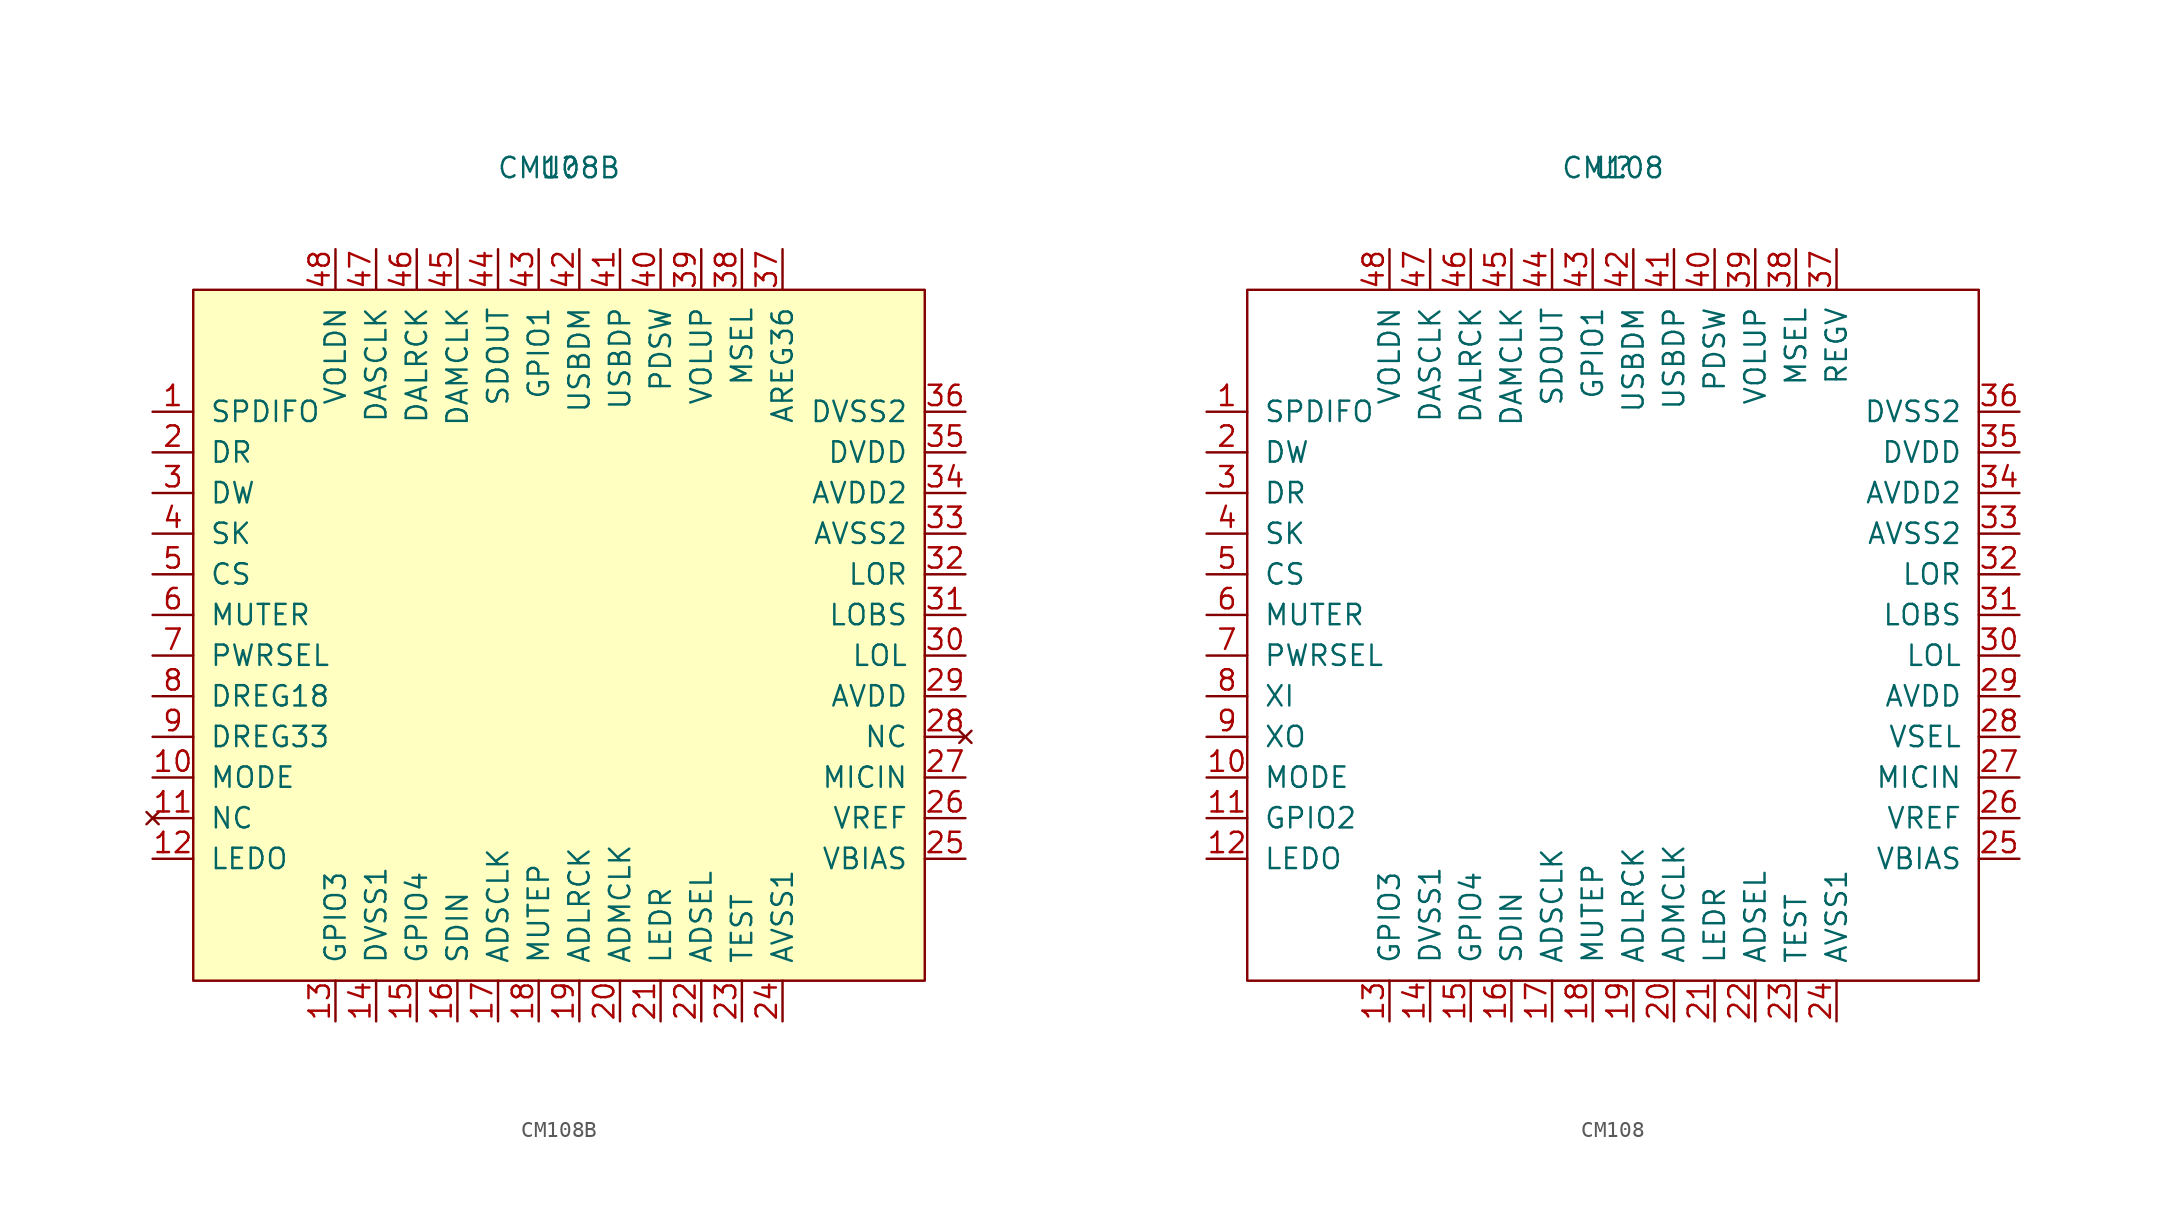
<source format=kicad_sym>
(kicad_symbol_lib
  (version 20210619)
  (generator kicad_symbol_editor)
  (symbol "m0vfc:CM108B"
    (pin_names
      (offset 1.016))
    (property "Reference" "U"
      (at 0 0 0)
      (effects (font (size 1.27 1.27))))
    (property "Value" "CM108B"
      (at 0 0 0)
      (effects (font (size 1.27 1.27))))
    (symbol "CM108B_0_1"
      (rectangle (start -22.86 -7.62) (end 22.86 -50.8) (stroke (width 0)) (fill (type background))))
    (symbol "CM108B_1_1"
      (pin output line (at -25.4 -15.24 0) (length 2.54) (name "SPDIFO" (effects (font (size 1.27 1.27)))) (number "1" (effects (font (size 1.27 1.27)))))
      (pin input line (at -25.4 -38.1 0) (length 2.54) (name "MODE" (effects (font (size 1.27 1.27)))) (number "10" (effects (font (size 1.27 1.27)))))
      (pin no_connect line (at -25.4 -40.64 0) (length 2.54) (name "NC" (effects (font (size 1.27 1.27)))) (number "11" (effects (font (size 1.27 1.27)))))
      (pin output line (at -25.4 -43.18 0) (length 2.54) (name "LEDO" (effects (font (size 1.27 1.27)))) (number "12" (effects (font (size 1.27 1.27)))))
      (pin bidirectional line (at -13.97 -53.34 90) (length 2.54) (name "GPIO3" (effects (font (size 1.27 1.27)))) (number "13" (effects (font (size 1.27 1.27)))))
      (pin power_in line (at -11.43 -53.34 90) (length 2.54) (name "DVSS1" (effects (font (size 1.27 1.27)))) (number "14" (effects (font (size 1.27 1.27)))))
      (pin bidirectional line (at -8.89 -53.34 90) (length 2.54) (name "GPIO4" (effects (font (size 1.27 1.27)))) (number "15" (effects (font (size 1.27 1.27)))))
      (pin input line (at -6.35 -53.34 90) (length 2.54) (name "SDIN" (effects (font (size 1.27 1.27)))) (number "16" (effects (font (size 1.27 1.27)))))
      (pin output line (at -3.81 -53.34 90) (length 2.54) (name "ADSCLK" (effects (font (size 1.27 1.27)))) (number "17" (effects (font (size 1.27 1.27)))))
      (pin input line (at -1.27 -53.34 90) (length 2.54) (name "MUTEP" (effects (font (size 1.27 1.27)))) (number "18" (effects (font (size 1.27 1.27)))))
      (pin output line (at 1.27 -53.34 90) (length 2.54) (name "ADLRCK" (effects (font (size 1.27 1.27)))) (number "19" (effects (font (size 1.27 1.27)))))
      (pin bidirectional line (at -25.4 -17.78 0) (length 2.54) (name "DR" (effects (font (size 1.27 1.27)))) (number "2" (effects (font (size 1.27 1.27)))))
      (pin output line (at 3.81 -53.34 90) (length 2.54) (name "ADMCLK" (effects (font (size 1.27 1.27)))) (number "20" (effects (font (size 1.27 1.27)))))
      (pin output line (at 6.35 -53.34 90) (length 2.54) (name "LEDR" (effects (font (size 1.27 1.27)))) (number "21" (effects (font (size 1.27 1.27)))))
      (pin input line (at 8.89 -53.34 90) (length 2.54) (name "ADSEL" (effects (font (size 1.27 1.27)))) (number "22" (effects (font (size 1.27 1.27)))))
      (pin input line (at 11.43 -53.34 90) (length 2.54) (name "TEST" (effects (font (size 1.27 1.27)))) (number "23" (effects (font (size 1.27 1.27)))))
      (pin power_in line (at 13.97 -53.34 90) (length 2.54) (name "AVSS1" (effects (font (size 1.27 1.27)))) (number "24" (effects (font (size 1.27 1.27)))))
      (pin output line (at 25.4 -43.18 180) (length 2.54) (name "VBIAS" (effects (font (size 1.27 1.27)))) (number "25" (effects (font (size 1.27 1.27)))))
      (pin output line (at 25.4 -40.64 180) (length 2.54) (name "VREF" (effects (font (size 1.27 1.27)))) (number "26" (effects (font (size 1.27 1.27)))))
      (pin input line (at 25.4 -38.1 180) (length 2.54) (name "MICIN" (effects (font (size 1.27 1.27)))) (number "27" (effects (font (size 1.27 1.27)))))
      (pin no_connect line (at 25.4 -35.56 180) (length 2.54) (name "NC" (effects (font (size 1.27 1.27)))) (number "28" (effects (font (size 1.27 1.27)))))
      (pin power_in line (at 25.4 -33.02 180) (length 2.54) (name "AVDD" (effects (font (size 1.27 1.27)))) (number "29" (effects (font (size 1.27 1.27)))))
      (pin input line (at -25.4 -20.32 0) (length 2.54) (name "DW" (effects (font (size 1.27 1.27)))) (number "3" (effects (font (size 1.27 1.27)))))
      (pin output line (at 25.4 -30.48 180) (length 2.54) (name "LOL" (effects (font (size 1.27 1.27)))) (number "30" (effects (font (size 1.27 1.27)))))
      (pin output line (at 25.4 -27.94 180) (length 2.54) (name "LOBS" (effects (font (size 1.27 1.27)))) (number "31" (effects (font (size 1.27 1.27)))))
      (pin output line (at 25.4 -25.4 180) (length 2.54) (name "LOR" (effects (font (size 1.27 1.27)))) (number "32" (effects (font (size 1.27 1.27)))))
      (pin power_in line (at 25.4 -22.86 180) (length 2.54) (name "AVSS2" (effects (font (size 1.27 1.27)))) (number "33" (effects (font (size 1.27 1.27)))))
      (pin power_in line (at 25.4 -20.32 180) (length 2.54) (name "AVDD2" (effects (font (size 1.27 1.27)))) (number "34" (effects (font (size 1.27 1.27)))))
      (pin power_in line (at 25.4 -17.78 180) (length 2.54) (name "DVDD" (effects (font (size 1.27 1.27)))) (number "35" (effects (font (size 1.27 1.27)))))
      (pin power_in line (at 25.4 -15.24 180) (length 2.54) (name "DVSS2" (effects (font (size 1.27 1.27)))) (number "36" (effects (font (size 1.27 1.27)))))
      (pin power_out line (at 13.97 -5.08 270) (length 2.54) (name "AREG36" (effects (font (size 1.27 1.27)))) (number "37" (effects (font (size 1.27 1.27)))))
      (pin input line (at 11.43 -5.08 270) (length 2.54) (name "MSEL" (effects (font (size 1.27 1.27)))) (number "38" (effects (font (size 1.27 1.27)))))
      (pin input line (at 8.89 -5.08 270) (length 2.54) (name "VOLUP" (effects (font (size 1.27 1.27)))) (number "39" (effects (font (size 1.27 1.27)))))
      (pin output line (at -25.4 -22.86 0) (length 2.54) (name "SK" (effects (font (size 1.27 1.27)))) (number "4" (effects (font (size 1.27 1.27)))))
      (pin output line (at 6.35 -5.08 270) (length 2.54) (name "PDSW" (effects (font (size 1.27 1.27)))) (number "40" (effects (font (size 1.27 1.27)))))
      (pin bidirectional line (at 3.81 -5.08 270) (length 2.54) (name "USBDP" (effects (font (size 1.27 1.27)))) (number "41" (effects (font (size 1.27 1.27)))))
      (pin bidirectional line (at 1.27 -5.08 270) (length 2.54) (name "USBDM" (effects (font (size 1.27 1.27)))) (number "42" (effects (font (size 1.27 1.27)))))
      (pin bidirectional line (at -1.27 -5.08 270) (length 2.54) (name "GPIO1" (effects (font (size 1.27 1.27)))) (number "43" (effects (font (size 1.27 1.27)))))
      (pin output line (at -3.81 -5.08 270) (length 2.54) (name "SDOUT" (effects (font (size 1.27 1.27)))) (number "44" (effects (font (size 1.27 1.27)))))
      (pin output line (at -6.35 -5.08 270) (length 2.54) (name "DAMCLK" (effects (font (size 1.27 1.27)))) (number "45" (effects (font (size 1.27 1.27)))))
      (pin output line (at -8.89 -5.08 270) (length 2.54) (name "DALRCK" (effects (font (size 1.27 1.27)))) (number "46" (effects (font (size 1.27 1.27)))))
      (pin output line (at -11.43 -5.08 270) (length 2.54) (name "DASCLK" (effects (font (size 1.27 1.27)))) (number "47" (effects (font (size 1.27 1.27)))))
      (pin input line (at -13.97 -5.08 270) (length 2.54) (name "VOLDN" (effects (font (size 1.27 1.27)))) (number "48" (effects (font (size 1.27 1.27)))))
      (pin output line (at -25.4 -25.4 0) (length 2.54) (name "CS" (effects (font (size 1.27 1.27)))) (number "5" (effects (font (size 1.27 1.27)))))
      (pin input line (at -25.4 -27.94 0) (length 2.54) (name "MUTER" (effects (font (size 1.27 1.27)))) (number "6" (effects (font (size 1.27 1.27)))))
      (pin input line (at -25.4 -30.48 0) (length 2.54) (name "PWRSEL" (effects (font (size 1.27 1.27)))) (number "7" (effects (font (size 1.27 1.27)))))
      (pin power_out line (at -25.4 -33.02 0) (length 2.54) (name "DREG18" (effects (font (size 1.27 1.27)))) (number "8" (effects (font (size 1.27 1.27)))))
      (pin power_out line (at -25.4 -35.56 0) (length 2.54) (name "DREG33" (effects (font (size 1.27 1.27)))) (number "9" (effects (font (size 1.27 1.27)))))))
  (symbol "m0vfc:CM108"
    (pin_names
      (offset 1.016))
    (property "Reference" "U"
      (at 0 0 0)
      (effects (font (size 1.27 1.27))))
    (property "Value" "CM108"
      (at 0 0 0)
      (effects (font (size 1.27 1.27))))
    (symbol "CM108_0_1"
      (rectangle (start -22.86 -7.62) (end 22.86 -50.8) (stroke (width 0)) (fill (type none))))
    (symbol "CM108_1_1"
      (pin output line (at -25.4 -15.24 0) (length 2.54) (name "SPDIFO" (effects (font (size 1.27 1.27)))) (number "1" (effects (font (size 1.27 1.27)))))
      (pin input line (at -25.4 -38.1 0) (length 2.54) (name "MODE" (effects (font (size 1.27 1.27)))) (number "10" (effects (font (size 1.27 1.27)))))
      (pin bidirectional line (at -25.4 -40.64 0) (length 2.54) (name "GPIO2" (effects (font (size 1.27 1.27)))) (number "11" (effects (font (size 1.27 1.27)))))
      (pin output line (at -25.4 -43.18 0) (length 2.54) (name "LEDO" (effects (font (size 1.27 1.27)))) (number "12" (effects (font (size 1.27 1.27)))))
      (pin bidirectional line (at -13.97 -53.34 90) (length 2.54) (name "GPIO3" (effects (font (size 1.27 1.27)))) (number "13" (effects (font (size 1.27 1.27)))))
      (pin power_in line (at -11.43 -53.34 90) (length 2.54) (name "DVSS1" (effects (font (size 1.27 1.27)))) (number "14" (effects (font (size 1.27 1.27)))))
      (pin bidirectional line (at -8.89 -53.34 90) (length 2.54) (name "GPIO4" (effects (font (size 1.27 1.27)))) (number "15" (effects (font (size 1.27 1.27)))))
      (pin input line (at -6.35 -53.34 90) (length 2.54) (name "SDIN" (effects (font (size 1.27 1.27)))) (number "16" (effects (font (size 1.27 1.27)))))
      (pin output line (at -3.81 -53.34 90) (length 2.54) (name "ADSCLK" (effects (font (size 1.27 1.27)))) (number "17" (effects (font (size 1.27 1.27)))))
      (pin input line (at -1.27 -53.34 90) (length 2.54) (name "MUTEP" (effects (font (size 1.27 1.27)))) (number "18" (effects (font (size 1.27 1.27)))))
      (pin output line (at 1.27 -53.34 90) (length 2.54) (name "ADLRCK" (effects (font (size 1.27 1.27)))) (number "19" (effects (font (size 1.27 1.27)))))
      (pin bidirectional line (at -25.4 -17.78 0) (length 2.54) (name "DW" (effects (font (size 1.27 1.27)))) (number "2" (effects (font (size 1.27 1.27)))))
      (pin output line (at 3.81 -53.34 90) (length 2.54) (name "ADMCLK" (effects (font (size 1.27 1.27)))) (number "20" (effects (font (size 1.27 1.27)))))
      (pin output line (at 6.35 -53.34 90) (length 2.54) (name "LEDR" (effects (font (size 1.27 1.27)))) (number "21" (effects (font (size 1.27 1.27)))))
      (pin input line (at 8.89 -53.34 90) (length 2.54) (name "ADSEL" (effects (font (size 1.27 1.27)))) (number "22" (effects (font (size 1.27 1.27)))))
      (pin input line (at 11.43 -53.34 90) (length 2.54) (name "TEST" (effects (font (size 1.27 1.27)))) (number "23" (effects (font (size 1.27 1.27)))))
      (pin power_in line (at 13.97 -53.34 90) (length 2.54) (name "AVSS1" (effects (font (size 1.27 1.27)))) (number "24" (effects (font (size 1.27 1.27)))))
      (pin output line (at 25.4 -43.18 180) (length 2.54) (name "VBIAS" (effects (font (size 1.27 1.27)))) (number "25" (effects (font (size 1.27 1.27)))))
      (pin output line (at 25.4 -40.64 180) (length 2.54) (name "VREF" (effects (font (size 1.27 1.27)))) (number "26" (effects (font (size 1.27 1.27)))))
      (pin input line (at 25.4 -38.1 180) (length 2.54) (name "MICIN" (effects (font (size 1.27 1.27)))) (number "27" (effects (font (size 1.27 1.27)))))
      (pin input line (at 25.4 -35.56 180) (length 2.54) (name "VSEL" (effects (font (size 1.27 1.27)))) (number "28" (effects (font (size 1.27 1.27)))))
      (pin power_in line (at 25.4 -33.02 180) (length 2.54) (name "AVDD" (effects (font (size 1.27 1.27)))) (number "29" (effects (font (size 1.27 1.27)))))
      (pin input line (at -25.4 -20.32 0) (length 2.54) (name "DR" (effects (font (size 1.27 1.27)))) (number "3" (effects (font (size 1.27 1.27)))))
      (pin output line (at 25.4 -30.48 180) (length 2.54) (name "LOL" (effects (font (size 1.27 1.27)))) (number "30" (effects (font (size 1.27 1.27)))))
      (pin output line (at 25.4 -27.94 180) (length 2.54) (name "LOBS" (effects (font (size 1.27 1.27)))) (number "31" (effects (font (size 1.27 1.27)))))
      (pin output line (at 25.4 -25.4 180) (length 2.54) (name "LOR" (effects (font (size 1.27 1.27)))) (number "32" (effects (font (size 1.27 1.27)))))
      (pin power_in line (at 25.4 -22.86 180) (length 2.54) (name "AVSS2" (effects (font (size 1.27 1.27)))) (number "33" (effects (font (size 1.27 1.27)))))
      (pin power_in line (at 25.4 -20.32 180) (length 2.54) (name "AVDD2" (effects (font (size 1.27 1.27)))) (number "34" (effects (font (size 1.27 1.27)))))
      (pin power_in line (at 25.4 -17.78 180) (length 2.54) (name "DVDD" (effects (font (size 1.27 1.27)))) (number "35" (effects (font (size 1.27 1.27)))))
      (pin power_in line (at 25.4 -15.24 180) (length 2.54) (name "DVSS2" (effects (font (size 1.27 1.27)))) (number "36" (effects (font (size 1.27 1.27)))))
      (pin output line (at 13.97 -5.08 270) (length 2.54) (name "REGV" (effects (font (size 1.27 1.27)))) (number "37" (effects (font (size 1.27 1.27)))))
      (pin input line (at 11.43 -5.08 270) (length 2.54) (name "MSEL" (effects (font (size 1.27 1.27)))) (number "38" (effects (font (size 1.27 1.27)))))
      (pin input line (at 8.89 -5.08 270) (length 2.54) (name "VOLUP" (effects (font (size 1.27 1.27)))) (number "39" (effects (font (size 1.27 1.27)))))
      (pin output line (at -25.4 -22.86 0) (length 2.54) (name "SK" (effects (font (size 1.27 1.27)))) (number "4" (effects (font (size 1.27 1.27)))))
      (pin output line (at 6.35 -5.08 270) (length 2.54) (name "PDSW" (effects (font (size 1.27 1.27)))) (number "40" (effects (font (size 1.27 1.27)))))
      (pin bidirectional line (at 3.81 -5.08 270) (length 2.54) (name "USBDP" (effects (font (size 1.27 1.27)))) (number "41" (effects (font (size 1.27 1.27)))))
      (pin bidirectional line (at 1.27 -5.08 270) (length 2.54) (name "USBDM" (effects (font (size 1.27 1.27)))) (number "42" (effects (font (size 1.27 1.27)))))
      (pin bidirectional line (at -1.27 -5.08 270) (length 2.54) (name "GPIO1" (effects (font (size 1.27 1.27)))) (number "43" (effects (font (size 1.27 1.27)))))
      (pin output line (at -3.81 -5.08 270) (length 2.54) (name "SDOUT" (effects (font (size 1.27 1.27)))) (number "44" (effects (font (size 1.27 1.27)))))
      (pin output line (at -6.35 -5.08 270) (length 2.54) (name "DAMCLK" (effects (font (size 1.27 1.27)))) (number "45" (effects (font (size 1.27 1.27)))))
      (pin output line (at -8.89 -5.08 270) (length 2.54) (name "DALRCK" (effects (font (size 1.27 1.27)))) (number "46" (effects (font (size 1.27 1.27)))))
      (pin output line (at -11.43 -5.08 270) (length 2.54) (name "DASCLK" (effects (font (size 1.27 1.27)))) (number "47" (effects (font (size 1.27 1.27)))))
      (pin input line (at -13.97 -5.08 270) (length 2.54) (name "VOLDN" (effects (font (size 1.27 1.27)))) (number "48" (effects (font (size 1.27 1.27)))))
      (pin output line (at -25.4 -25.4 0) (length 2.54) (name "CS" (effects (font (size 1.27 1.27)))) (number "5" (effects (font (size 1.27 1.27)))))
      (pin input line (at -25.4 -27.94 0) (length 2.54) (name "MUTER" (effects (font (size 1.27 1.27)))) (number "6" (effects (font (size 1.27 1.27)))))
      (pin input line (at -25.4 -30.48 0) (length 2.54) (name "PWRSEL" (effects (font (size 1.27 1.27)))) (number "7" (effects (font (size 1.27 1.27)))))
      (pin input line (at -25.4 -33.02 0) (length 2.54) (name "XI" (effects (font (size 1.27 1.27)))) (number "8" (effects (font (size 1.27 1.27)))))
      (pin output line (at -25.4 -35.56 0) (length 2.54) (name "XO" (effects (font (size 1.27 1.27)))) (number "9" (effects (font (size 1.27 1.27))))))))
</source>
